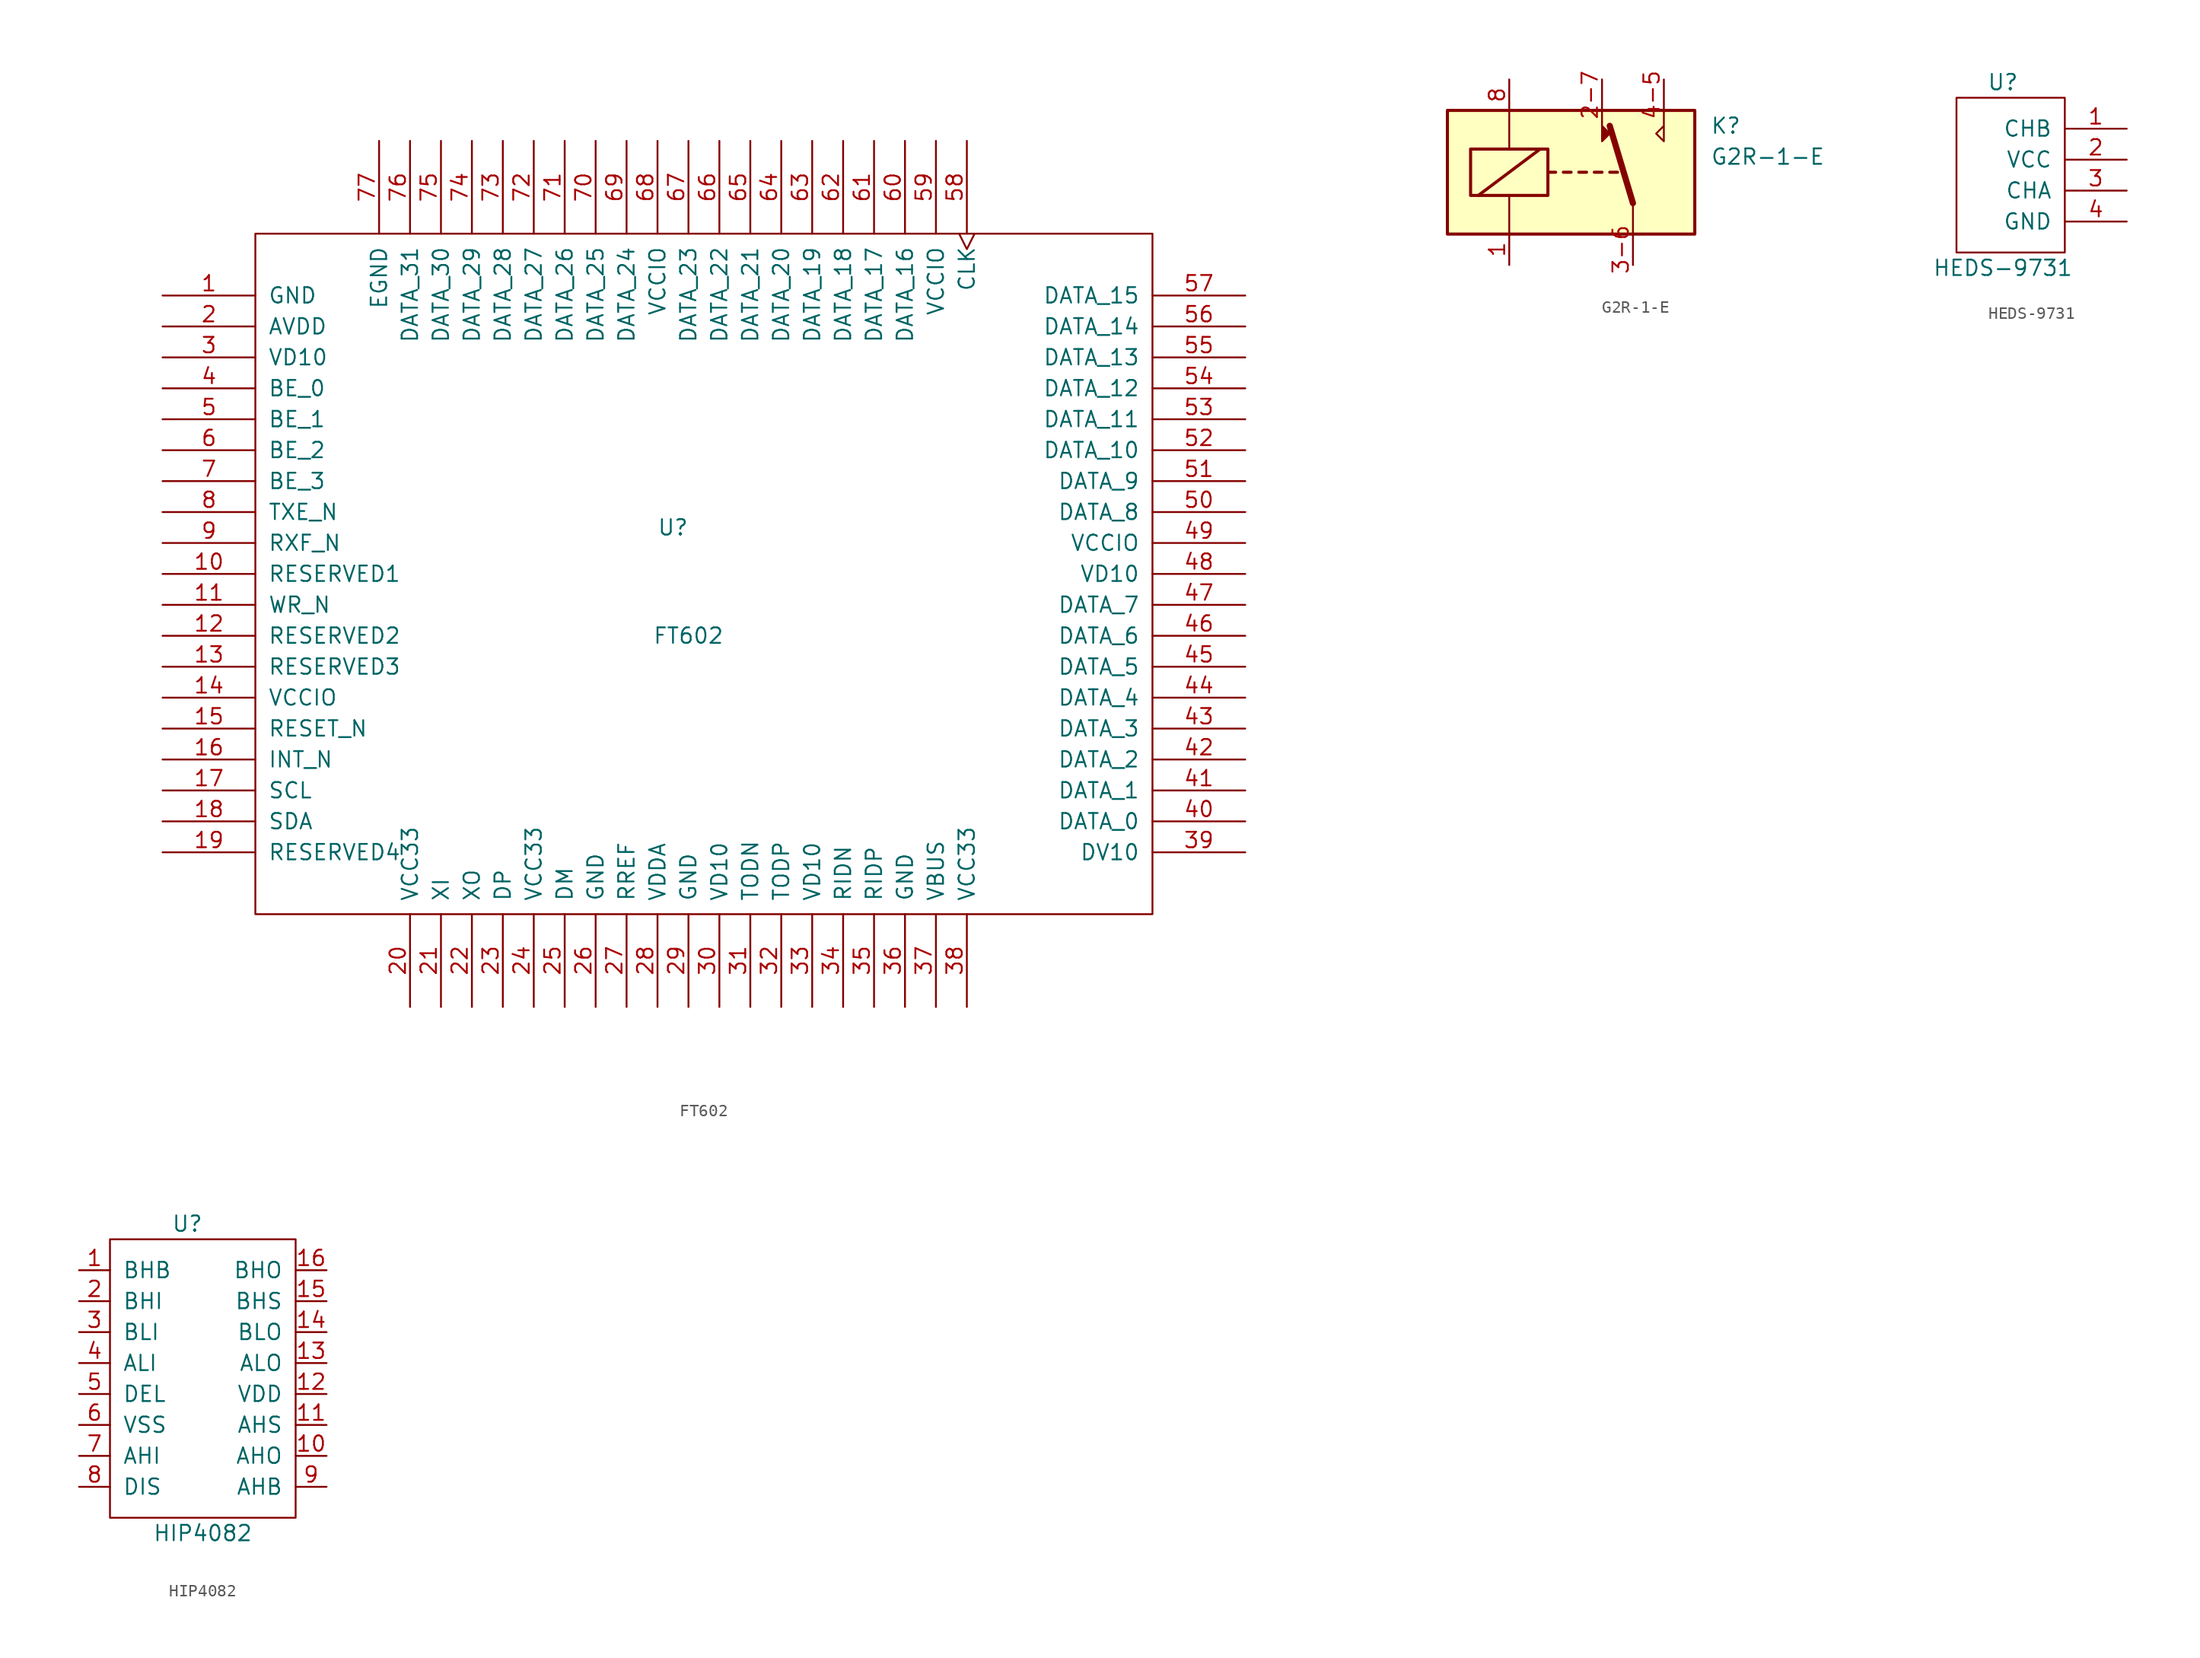
<source format=kicad_sym>
(kicad_symbol_lib
  (version 20220914)
  (generator kicad_symbol_editor)
  (symbol "FT602"
    (pin_names
      (offset 1.016))
    (property "Reference" "U"
      (at -2.54 3.81 0)
      (effects (font (size 1.27 1.27))))
    (property "Value" "FT602"
      (at -1.27 -5.08 0)
      (effects (font (size 1.27 1.27))))
    (symbol "FT602_1_0"
      (rectangle (start -36.83 -27.94) (end 36.83 27.94) (stroke (width 0) (type default)) (fill (type none))))
    (symbol "FT602_1_1"
      (pin power_in line (at -44.45 22.86 0) (length 7.62) (name "GND" (effects (font (size 1.27 1.27)))) (number "1" (effects (font (size 1.27 1.27)))))
      (pin input line (at -44.45 0 0) (length 7.62) (name "RESERVED1" (effects (font (size 1.27 1.27)))) (number "10" (effects (font (size 1.27 1.27)))))
      (pin input line (at -44.45 -2.54 0) (length 7.62) (name "WR_N" (effects (font (size 1.27 1.27)))) (number "11" (effects (font (size 1.27 1.27)))))
      (pin input line (at -44.45 -5.08 0) (length 7.62) (name "RESERVED2" (effects (font (size 1.27 1.27)))) (number "12" (effects (font (size 1.27 1.27)))))
      (pin input line (at -44.45 -7.62 0) (length 7.62) (name "RESERVED3" (effects (font (size 1.27 1.27)))) (number "13" (effects (font (size 1.27 1.27)))))
      (pin power_in line (at -44.45 -10.16 0) (length 7.62) (name "VCCIO" (effects (font (size 1.27 1.27)))) (number "14" (effects (font (size 1.27 1.27)))))
      (pin input line (at -44.45 -12.7 0) (length 7.62) (name "RESET_N" (effects (font (size 1.27 1.27)))) (number "15" (effects (font (size 1.27 1.27)))))
      (pin input line (at -44.45 -15.24 0) (length 7.62) (name "INT_N" (effects (font (size 1.27 1.27)))) (number "16" (effects (font (size 1.27 1.27)))))
      (pin open_collector line (at -44.45 -17.78 0) (length 7.62) (name "SCL" (effects (font (size 1.27 1.27)))) (number "17" (effects (font (size 1.27 1.27)))))
      (pin open_collector line (at -44.45 -20.32 0) (length 7.62) (name "SDA" (effects (font (size 1.27 1.27)))) (number "18" (effects (font (size 1.27 1.27)))))
      (pin input line (at -44.45 -22.86 0) (length 7.62) (name "RESERVED4" (effects (font (size 1.27 1.27)))) (number "19" (effects (font (size 1.27 1.27)))))
      (pin power_in line (at -44.45 20.32 0) (length 7.62) (name "AVDD" (effects (font (size 1.27 1.27)))) (number "2" (effects (font (size 1.27 1.27)))))
      (pin power_in line (at -24.13 -35.56 90) (length 7.62) (name "VCC33" (effects (font (size 1.27 1.27)))) (number "20" (effects (font (size 1.27 1.27)))))
      (pin input line (at -21.59 -35.56 90) (length 7.62) (name "XI" (effects (font (size 1.27 1.27)))) (number "21" (effects (font (size 1.27 1.27)))))
      (pin input line (at -19.05 -35.56 90) (length 7.62) (name "XO" (effects (font (size 1.27 1.27)))) (number "22" (effects (font (size 1.27 1.27)))))
      (pin input line (at -16.51 -35.56 90) (length 7.62) (name "DP" (effects (font (size 1.27 1.27)))) (number "23" (effects (font (size 1.27 1.27)))))
      (pin power_in line (at -13.97 -35.56 90) (length 7.62) (name "VCC33" (effects (font (size 1.27 1.27)))) (number "24" (effects (font (size 1.27 1.27)))))
      (pin input line (at -11.43 -35.56 90) (length 7.62) (name "DM" (effects (font (size 1.27 1.27)))) (number "25" (effects (font (size 1.27 1.27)))))
      (pin power_in line (at -8.89 -35.56 90) (length 7.62) (name "GND" (effects (font (size 1.27 1.27)))) (number "26" (effects (font (size 1.27 1.27)))))
      (pin input line (at -6.35 -35.56 90) (length 7.62) (name "RREF" (effects (font (size 1.27 1.27)))) (number "27" (effects (font (size 1.27 1.27)))))
      (pin power_in line (at -3.81 -35.56 90) (length 7.62) (name "VDDA" (effects (font (size 1.27 1.27)))) (number "28" (effects (font (size 1.27 1.27)))))
      (pin power_in line (at -1.27 -35.56 90) (length 7.62) (name "GND" (effects (font (size 1.27 1.27)))) (number "29" (effects (font (size 1.27 1.27)))))
      (pin power_in line (at -44.45 17.78 0) (length 7.62) (name "VD10" (effects (font (size 1.27 1.27)))) (number "3" (effects (font (size 1.27 1.27)))))
      (pin power_in line (at 1.27 -35.56 90) (length 7.62) (name "VD10" (effects (font (size 1.27 1.27)))) (number "30" (effects (font (size 1.27 1.27)))))
      (pin input line (at 3.81 -35.56 90) (length 7.62) (name "TODN" (effects (font (size 1.27 1.27)))) (number "31" (effects (font (size 1.27 1.27)))))
      (pin input line (at 6.35 -35.56 90) (length 7.62) (name "TODP" (effects (font (size 1.27 1.27)))) (number "32" (effects (font (size 1.27 1.27)))))
      (pin power_in line (at 8.89 -35.56 90) (length 7.62) (name "VD10" (effects (font (size 1.27 1.27)))) (number "33" (effects (font (size 1.27 1.27)))))
      (pin input line (at 11.43 -35.56 90) (length 7.62) (name "RIDN" (effects (font (size 1.27 1.27)))) (number "34" (effects (font (size 1.27 1.27)))))
      (pin input line (at 13.97 -35.56 90) (length 7.62) (name "RIDP" (effects (font (size 1.27 1.27)))) (number "35" (effects (font (size 1.27 1.27)))))
      (pin power_in line (at 16.51 -35.56 90) (length 7.62) (name "GND" (effects (font (size 1.27 1.27)))) (number "36" (effects (font (size 1.27 1.27)))))
      (pin input line (at 19.05 -35.56 90) (length 7.62) (name "VBUS" (effects (font (size 1.27 1.27)))) (number "37" (effects (font (size 1.27 1.27)))))
      (pin power_in line (at 21.59 -35.56 90) (length 7.62) (name "VCC33" (effects (font (size 1.27 1.27)))) (number "38" (effects (font (size 1.27 1.27)))))
      (pin input line (at 44.45 -22.86 180) (length 7.62) (name "DV10" (effects (font (size 1.27 1.27)))) (number "39" (effects (font (size 1.27 1.27)))))
      (pin input line (at -44.45 15.24 0) (length 7.62) (name "BE_0" (effects (font (size 1.27 1.27)))) (number "4" (effects (font (size 1.27 1.27)))))
      (pin input line (at 44.45 -20.32 180) (length 7.62) (name "DATA_0" (effects (font (size 1.27 1.27)))) (number "40" (effects (font (size 1.27 1.27)))))
      (pin input line (at 44.45 -17.78 180) (length 7.62) (name "DATA_1" (effects (font (size 1.27 1.27)))) (number "41" (effects (font (size 1.27 1.27)))))
      (pin input line (at 44.45 -15.24 180) (length 7.62) (name "DATA_2" (effects (font (size 1.27 1.27)))) (number "42" (effects (font (size 1.27 1.27)))))
      (pin input line (at 44.45 -12.7 180) (length 7.62) (name "DATA_3" (effects (font (size 1.27 1.27)))) (number "43" (effects (font (size 1.27 1.27)))))
      (pin input line (at 44.45 -10.16 180) (length 7.62) (name "DATA_4" (effects (font (size 1.27 1.27)))) (number "44" (effects (font (size 1.27 1.27)))))
      (pin input line (at 44.45 -7.62 180) (length 7.62) (name "DATA_5" (effects (font (size 1.27 1.27)))) (number "45" (effects (font (size 1.27 1.27)))))
      (pin input line (at 44.45 -5.08 180) (length 7.62) (name "DATA_6" (effects (font (size 1.27 1.27)))) (number "46" (effects (font (size 1.27 1.27)))))
      (pin input line (at 44.45 -2.54 180) (length 7.62) (name "DATA_7" (effects (font (size 1.27 1.27)))) (number "47" (effects (font (size 1.27 1.27)))))
      (pin power_in line (at 44.45 0 180) (length 7.62) (name "VD10" (effects (font (size 1.27 1.27)))) (number "48" (effects (font (size 1.27 1.27)))))
      (pin power_in line (at 44.45 2.54 180) (length 7.62) (name "VCCIO" (effects (font (size 1.27 1.27)))) (number "49" (effects (font (size 1.27 1.27)))))
      (pin input line (at -44.45 12.7 0) (length 7.62) (name "BE_1" (effects (font (size 1.27 1.27)))) (number "5" (effects (font (size 1.27 1.27)))))
      (pin input line (at 44.45 5.08 180) (length 7.62) (name "DATA_8" (effects (font (size 1.27 1.27)))) (number "50" (effects (font (size 1.27 1.27)))))
      (pin input line (at 44.45 7.62 180) (length 7.62) (name "DATA_9" (effects (font (size 1.27 1.27)))) (number "51" (effects (font (size 1.27 1.27)))))
      (pin input line (at 44.45 10.16 180) (length 7.62) (name "DATA_10" (effects (font (size 1.27 1.27)))) (number "52" (effects (font (size 1.27 1.27)))))
      (pin input line (at 44.45 12.7 180) (length 7.62) (name "DATA_11" (effects (font (size 1.27 1.27)))) (number "53" (effects (font (size 1.27 1.27)))))
      (pin input line (at 44.45 15.24 180) (length 7.62) (name "DATA_12" (effects (font (size 1.27 1.27)))) (number "54" (effects (font (size 1.27 1.27)))))
      (pin input line (at 44.45 17.78 180) (length 7.62) (name "DATA_13" (effects (font (size 1.27 1.27)))) (number "55" (effects (font (size 1.27 1.27)))))
      (pin input line (at 44.45 20.32 180) (length 7.62) (name "DATA_14" (effects (font (size 1.27 1.27)))) (number "56" (effects (font (size 1.27 1.27)))))
      (pin input line (at 44.45 22.86 180) (length 7.62) (name "DATA_15" (effects (font (size 1.27 1.27)))) (number "57" (effects (font (size 1.27 1.27)))))
      (pin input clock (at 21.59 35.56 270) (length 7.62) (name "CLK" (effects (font (size 1.27 1.27)))) (number "58" (effects (font (size 1.27 1.27)))))
      (pin power_in line (at 19.05 35.56 270) (length 7.62) (name "VCCIO" (effects (font (size 1.27 1.27)))) (number "59" (effects (font (size 1.27 1.27)))))
      (pin input line (at -44.45 10.16 0) (length 7.62) (name "BE_2" (effects (font (size 1.27 1.27)))) (number "6" (effects (font (size 1.27 1.27)))))
      (pin input line (at 16.51 35.56 270) (length 7.62) (name "DATA_16" (effects (font (size 1.27 1.27)))) (number "60" (effects (font (size 1.27 1.27)))))
      (pin input line (at 13.97 35.56 270) (length 7.62) (name "DATA_17" (effects (font (size 1.27 1.27)))) (number "61" (effects (font (size 1.27 1.27)))))
      (pin input line (at 11.43 35.56 270) (length 7.62) (name "DATA_18" (effects (font (size 1.27 1.27)))) (number "62" (effects (font (size 1.27 1.27)))))
      (pin input line (at 8.89 35.56 270) (length 7.62) (name "DATA_19" (effects (font (size 1.27 1.27)))) (number "63" (effects (font (size 1.27 1.27)))))
      (pin input line (at 6.35 35.56 270) (length 7.62) (name "DATA_20" (effects (font (size 1.27 1.27)))) (number "64" (effects (font (size 1.27 1.27)))))
      (pin input line (at 3.81 35.56 270) (length 7.62) (name "DATA_21" (effects (font (size 1.27 1.27)))) (number "65" (effects (font (size 1.27 1.27)))))
      (pin input line (at 1.27 35.56 270) (length 7.62) (name "DATA_22" (effects (font (size 1.27 1.27)))) (number "66" (effects (font (size 1.27 1.27)))))
      (pin input line (at -1.27 35.56 270) (length 7.62) (name "DATA_23" (effects (font (size 1.27 1.27)))) (number "67" (effects (font (size 1.27 1.27)))))
      (pin power_in line (at -3.81 35.56 270) (length 7.62) (name "VCCIO" (effects (font (size 1.27 1.27)))) (number "68" (effects (font (size 1.27 1.27)))))
      (pin input line (at -6.35 35.56 270) (length 7.62) (name "DATA_24" (effects (font (size 1.27 1.27)))) (number "69" (effects (font (size 1.27 1.27)))))
      (pin input line (at -44.45 7.62 0) (length 7.62) (name "BE_3" (effects (font (size 1.27 1.27)))) (number "7" (effects (font (size 1.27 1.27)))))
      (pin input line (at -8.89 35.56 270) (length 7.62) (name "DATA_25" (effects (font (size 1.27 1.27)))) (number "70" (effects (font (size 1.27 1.27)))))
      (pin input line (at -11.43 35.56 270) (length 7.62) (name "DATA_26" (effects (font (size 1.27 1.27)))) (number "71" (effects (font (size 1.27 1.27)))))
      (pin input line (at -13.97 35.56 270) (length 7.62) (name "DATA_27" (effects (font (size 1.27 1.27)))) (number "72" (effects (font (size 1.27 1.27)))))
      (pin input line (at -16.51 35.56 270) (length 7.62) (name "DATA_28" (effects (font (size 1.27 1.27)))) (number "73" (effects (font (size 1.27 1.27)))))
      (pin input line (at -19.05 35.56 270) (length 7.62) (name "DATA_29" (effects (font (size 1.27 1.27)))) (number "74" (effects (font (size 1.27 1.27)))))
      (pin input line (at -21.59 35.56 270) (length 7.62) (name "DATA_30" (effects (font (size 1.27 1.27)))) (number "75" (effects (font (size 1.27 1.27)))))
      (pin input line (at -24.13 35.56 270) (length 7.62) (name "DATA_31" (effects (font (size 1.27 1.27)))) (number "76" (effects (font (size 1.27 1.27)))))
      (pin power_in line (at -26.67 35.56 270) (length 7.62) (name "EGND" (effects (font (size 1.27 1.27)))) (number "77" (effects (font (size 1.27 1.27)))))
      (pin input line (at -44.45 5.08 0) (length 7.62) (name "TXE_N" (effects (font (size 1.27 1.27)))) (number "8" (effects (font (size 1.27 1.27)))))
      (pin input line (at -44.45 2.54 0) (length 7.62) (name "RXF_N" (effects (font (size 1.27 1.27)))) (number "9" (effects (font (size 1.27 1.27)))))))
  (symbol "G2R-1-E"
    (property "Reference" "K"
      (at 11.43 3.81 0)
      (effects (font (size 1.27 1.27)) (justify left)))
    (property "Value" "G2R-1-E"
      (at 11.43 1.27 0)
      (effects (font (size 1.27 1.27)) (justify left)))
    (symbol "G2R-1-E_0_0"
      (polyline (pts (xy 7.62 5.08) (xy 7.62 2.54) (xy 6.985 3.175) (xy 7.62 3.81)) (stroke (width 0) (type default)) (fill (type none))))
    (symbol "G2R-1-E_0_1"
      (rectangle (start -10.16 5.08) (end 10.16 -5.08) (stroke (width 0.254) (type default)) (fill (type background)))
      (rectangle (start -8.255 1.905) (end -1.905 -1.905) (stroke (width 0.254) (type default)) (fill (type none)))
      (polyline (pts (xy -7.62 -1.905) (xy -2.54 1.905)) (stroke (width 0.254) (type default)) (fill (type none)))
      (polyline (pts (xy -5.08 -5.08) (xy -5.08 -1.905)) (stroke (width 0) (type default)) (fill (type none)))
      (polyline (pts (xy -5.08 5.08) (xy -5.08 1.905)) (stroke (width 0) (type default)) (fill (type none)))
      (polyline (pts (xy -1.905 0) (xy -1.27 0)) (stroke (width 0.254) (type default)) (fill (type none)))
      (polyline (pts (xy -0.635 0) (xy 0 0)) (stroke (width 0.254) (type default)) (fill (type none)))
      (polyline (pts (xy 0.635 0) (xy 1.27 0)) (stroke (width 0.254) (type default)) (fill (type none)))
      (polyline (pts (xy 1.905 0) (xy 2.54 0)) (stroke (width 0.254) (type default)) (fill (type none)))
      (polyline (pts (xy 3.175 0) (xy 3.81 0)) (stroke (width 0.254) (type default)) (fill (type none)))
      (polyline (pts (xy 5.08 -2.54) (xy 3.175 3.81)) (stroke (width 0.508) (type default)) (fill (type none)))
      (polyline (pts (xy 5.08 -2.54) (xy 5.08 -5.08)) (stroke (width 0) (type default)) (fill (type none)))
      (polyline (pts (xy 2.54 5.08) (xy 2.54 2.54) (xy 3.175 3.175) (xy 2.54 3.81)) (stroke (width 0) (type default)) (fill (type outline))))
    (symbol "G2R-1-E_1_1"
      (pin passive line (at -5.08 -7.62 90) (length 2.54) (name "~" (effects (font (size 1.27 1.27)))) (number "1" (effects (font (size 1.27 1.27)))))
      (pin passive line (at 2.54 7.62 270) (length 2.54) (name "~" (effects (font (size 1.27 1.27)))) (number "2-7" (effects (font (size 1.27 1.27)))))
      (pin passive line (at 5.08 -7.62 90) (length 2.54) (name "~" (effects (font (size 1.27 1.27)))) (number "3-6" (effects (font (size 1.27 1.27)))))
      (pin passive line (at 7.62 7.62 270) (length 2.54) (name "~" (effects (font (size 1.27 1.27)))) (number "4-5" (effects (font (size 1.27 1.27)))))
      (pin passive line (at -5.08 7.62 270) (length 2.54) (name "~" (effects (font (size 1.27 1.27)))) (number "8" (effects (font (size 1.27 1.27)))))))
  (symbol "HEDS-9731"
    (pin_names
      (offset 1.016))
    (property "Reference" "U"
      (at -1.27 8.89 0)
      (effects (font (size 1.27 1.27))))
    (property "Value" "HEDS-9731"
      (at -1.27 -6.35 0)
      (effects (font (size 1.27 1.27))))
    (symbol "HEDS-9731_0_1"
      (rectangle (start -5.08 7.62) (end 3.81 -5.08) (stroke (width 0) (type default)) (fill (type none))))
    (symbol "HEDS-9731_1_1"
      (pin input line (at 8.89 5.08 180) (length 5.08) (name "CHB" (effects (font (size 1.27 1.27)))) (number "1" (effects (font (size 1.27 1.27)))))
      (pin input line (at 8.89 2.54 180) (length 5.08) (name "VCC" (effects (font (size 1.27 1.27)))) (number "2" (effects (font (size 1.27 1.27)))))
      (pin input line (at 8.89 0 180) (length 5.08) (name "CHA" (effects (font (size 1.27 1.27)))) (number "3" (effects (font (size 1.27 1.27)))))
      (pin input line (at 8.89 -2.54 180) (length 5.08) (name "GND" (effects (font (size 1.27 1.27)))) (number "4" (effects (font (size 1.27 1.27)))))))
  (symbol "HIP4082"
    (pin_names
      (offset 1.016))
    (property "Reference" "U"
      (at -1.27 12.7 0)
      (effects (font (size 1.27 1.27))))
    (property "Value" "HIP4082"
      (at 0 -12.7 0)
      (effects (font (size 1.27 1.27))))
    (symbol "HIP4082_0_1"
      (rectangle (start -7.62 11.43) (end 7.62 -11.43) (stroke (width 0) (type default)) (fill (type none))))
    (symbol "HIP4082_1_1"
      (pin input line (at -10.16 8.89 0) (length 2.54) (name "BHB" (effects (font (size 1.27 1.27)))) (number "1" (effects (font (size 1.27 1.27)))))
      (pin output line (at 10.16 -6.35 180) (length 2.54) (name "AHO" (effects (font (size 1.27 1.27)))) (number "10" (effects (font (size 1.27 1.27)))))
      (pin input line (at 10.16 -3.81 180) (length 2.54) (name "AHS" (effects (font (size 1.27 1.27)))) (number "11" (effects (font (size 1.27 1.27)))))
      (pin power_in line (at 10.16 -1.27 180) (length 2.54) (name "VDD" (effects (font (size 1.27 1.27)))) (number "12" (effects (font (size 1.27 1.27)))))
      (pin output line (at 10.16 1.27 180) (length 2.54) (name "ALO" (effects (font (size 1.27 1.27)))) (number "13" (effects (font (size 1.27 1.27)))))
      (pin output line (at 10.16 3.81 180) (length 2.54) (name "BLO" (effects (font (size 1.27 1.27)))) (number "14" (effects (font (size 1.27 1.27)))))
      (pin input line (at 10.16 6.35 180) (length 2.54) (name "BHS" (effects (font (size 1.27 1.27)))) (number "15" (effects (font (size 1.27 1.27)))))
      (pin output line (at 10.16 8.89 180) (length 2.54) (name "BHO" (effects (font (size 1.27 1.27)))) (number "16" (effects (font (size 1.27 1.27)))))
      (pin input line (at -10.16 6.35 0) (length 2.54) (name "BHI" (effects (font (size 1.27 1.27)))) (number "2" (effects (font (size 1.27 1.27)))))
      (pin input line (at -10.16 3.81 0) (length 2.54) (name "BLI" (effects (font (size 1.27 1.27)))) (number "3" (effects (font (size 1.27 1.27)))))
      (pin input line (at -10.16 1.27 0) (length 2.54) (name "ALI" (effects (font (size 1.27 1.27)))) (number "4" (effects (font (size 1.27 1.27)))))
      (pin input line (at -10.16 -1.27 0) (length 2.54) (name "DEL" (effects (font (size 1.27 1.27)))) (number "5" (effects (font (size 1.27 1.27)))))
      (pin power_in line (at -10.16 -3.81 0) (length 2.54) (name "VSS" (effects (font (size 1.27 1.27)))) (number "6" (effects (font (size 1.27 1.27)))))
      (pin input line (at -10.16 -6.35 0) (length 2.54) (name "AHI" (effects (font (size 1.27 1.27)))) (number "7" (effects (font (size 1.27 1.27)))))
      (pin input line (at -10.16 -8.89 0) (length 2.54) (name "DIS" (effects (font (size 1.27 1.27)))) (number "8" (effects (font (size 1.27 1.27)))))
      (pin input line (at 10.16 -8.89 180) (length 2.54) (name "AHB" (effects (font (size 1.27 1.27)))) (number "9" (effects (font (size 1.27 1.27))))))))
</source>
